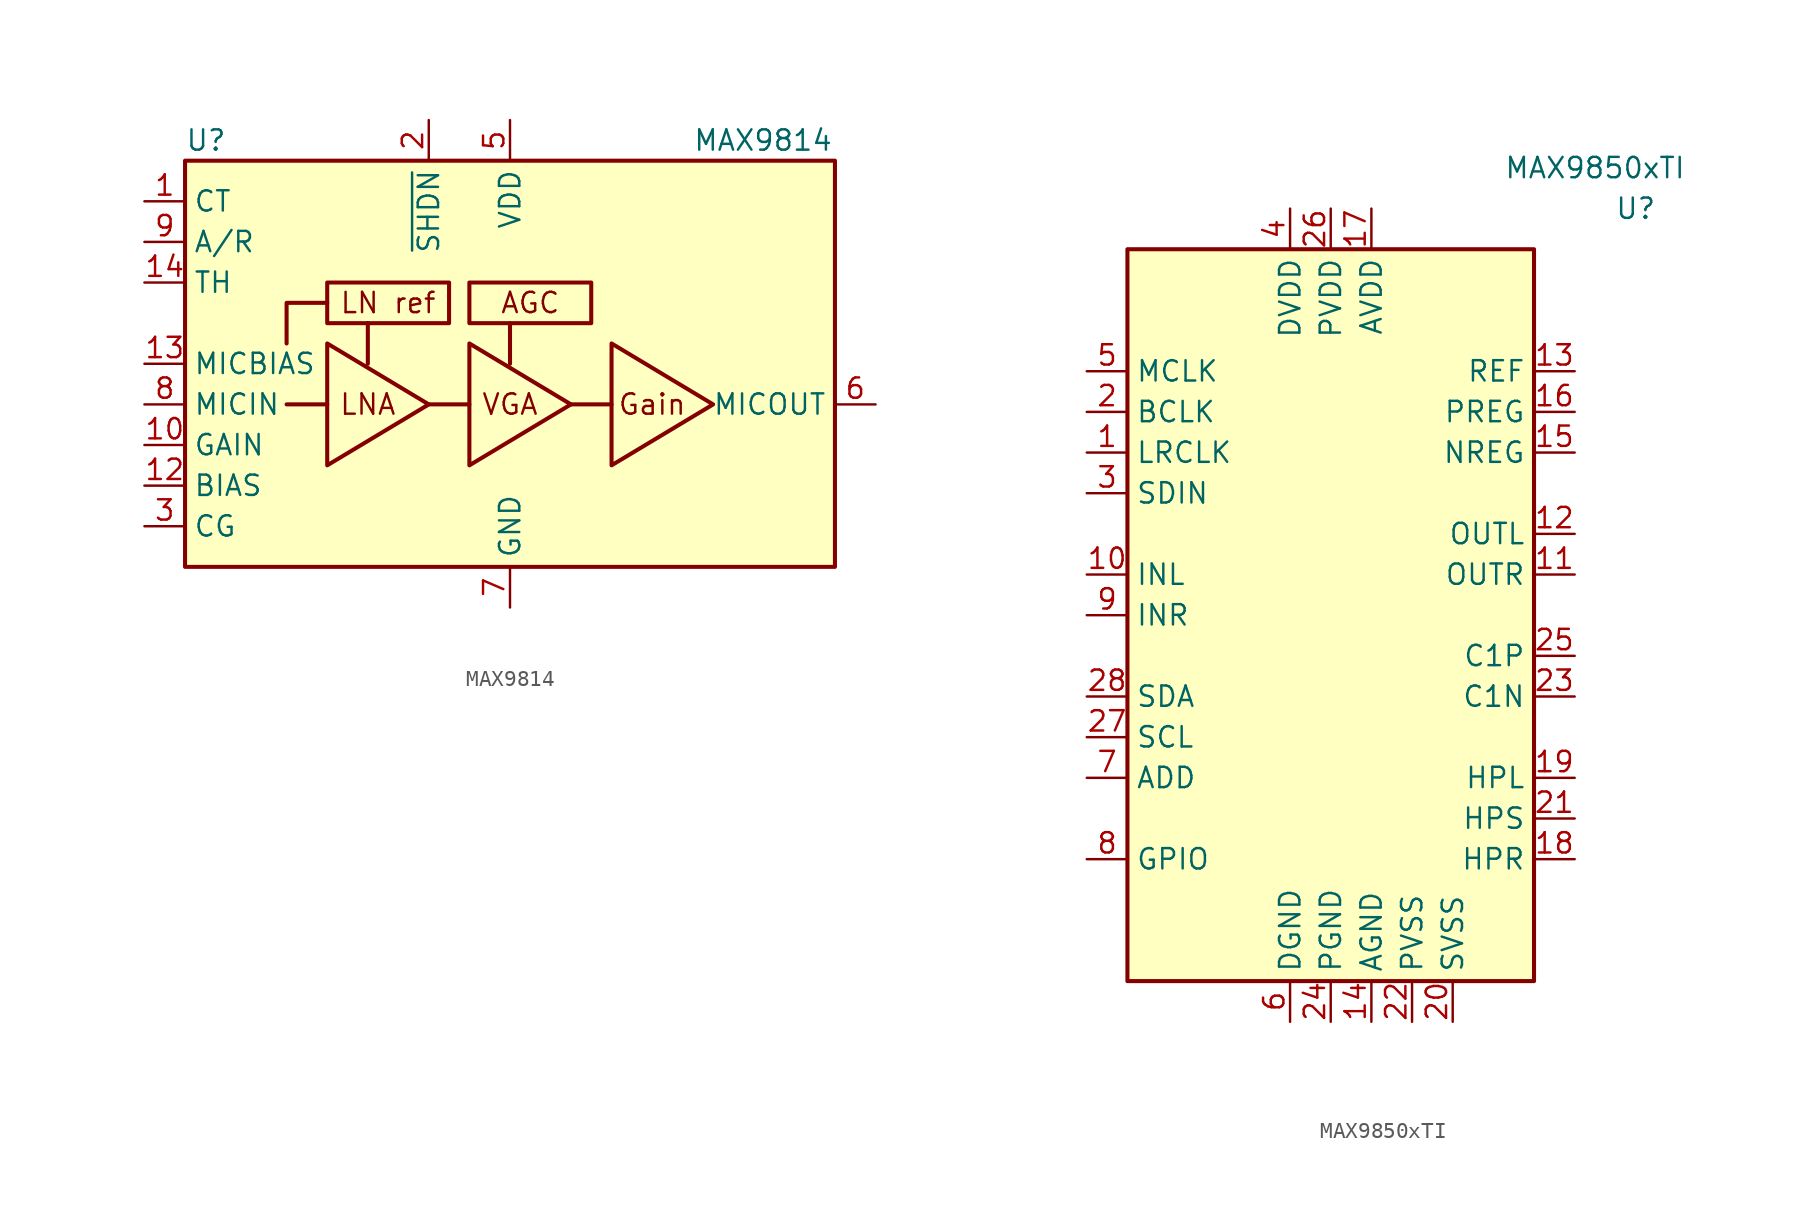
<source format=kicad_sym>
(kicad_symbol_lib
  (version 20211014)
  (generator kicad_symbol_editor)
  (symbol "MAX9814"
    (property "Reference" "U"
      (at -20.32 13.97 0)
      (effects (font (size 1.27 1.27)) (justify left)))
    (property "Value" "MAX9814"
      (at 11.43 13.97 0)
      (effects (font (size 1.27 1.27)) (justify left)))
    (symbol "MAX9814_0_0"
      (rectangle (start -11.43 5.08) (end -3.81 2.54) (stroke (width 0.254) (type default) (color 0 0 0 0)) (fill (type none)))
      (rectangle (start -2.54 5.08) (end 5.08 2.54) (stroke (width 0.254) (type default) (color 0 0 0 0)) (fill (type none)))
      (polyline (pts (xy -11.43 -2.54) (xy -13.97 -2.54)) (stroke (width 0.254) (type default) (color 0 0 0 0)) (fill (type none)))
      (polyline (pts (xy -8.89 2.54) (xy -8.89 0)) (stroke (width 0.254) (type default) (color 0 0 0 0)) (fill (type none)))
      (polyline (pts (xy -2.54 -2.54) (xy -5.08 -2.54)) (stroke (width 0.254) (type default) (color 0 0 0 0)) (fill (type none)))
      (polyline (pts (xy 0 2.54) (xy 0 0)) (stroke (width 0.254) (type default) (color 0 0 0 0)) (fill (type none)))
      (polyline (pts (xy 3.81 -2.54) (xy 6.35 -2.54)) (stroke (width 0.254) (type default) (color 0 0 0 0)) (fill (type none)))
      (polyline (pts (xy -11.43 3.81) (xy -13.97 3.81) (xy -13.97 1.27)) (stroke (width 0.254) (type default) (color 0 0 0 0)) (fill (type none)))
      (polyline (pts (xy -5.08 -2.54) (xy -11.43 1.27) (xy -11.43 -6.35) (xy -5.08 -2.54)) (stroke (width 0.254) (type default) (color 0 0 0 0)) (fill (type none)))
      (polyline (pts (xy 3.81 -2.54) (xy -2.54 1.27) (xy -2.54 -6.35) (xy 3.81 -2.54)) (stroke (width 0.254) (type default) (color 0 0 0 0)) (fill (type none)))
      (polyline (pts (xy 12.7 -2.54) (xy 6.35 1.27) (xy 6.35 -6.35) (xy 12.7 -2.54)) (stroke (width 0.254) (type default) (color 0 0 0 0)) (fill (type none)))
      (text "AGC" (at 1.27 3.81 0) (effects (font (size 1.27 1.27))))
      (text "Gain" (at 8.89 -2.54 0) (effects (font (size 1.27 1.27))))
      (text "LN ref" (at -7.62 3.81 0) (effects (font (size 1.27 1.27))))
      (text "LNA" (at -8.89 -2.54 0) (effects (font (size 1.27 1.27))))
      (text "VGA" (at 0 -2.54 0) (effects (font (size 1.27 1.27)))))
    (symbol "MAX9814_0_1"
      (rectangle (start -20.32 12.7) (end 20.32 -12.7) (stroke (width 0.254) (type default) (color 0 0 0 0)) (fill (type background))))
    (symbol "MAX9814_1_1"
      (pin input line (at -22.86 10.16 0) (length 2.54) (name "CT" (effects (font (size 1.27 1.27)))) (number "1" (effects (font (size 1.27 1.27)))))
      (pin input line (at -22.86 -5.08 0) (length 2.54) (name "GAIN" (effects (font (size 1.27 1.27)))) (number "10" (effects (font (size 1.27 1.27)))))
      (pin passive line (at 0 -15.24 90) (length 2.54) hide (name "GND" (effects (font (size 1.27 1.27)))) (number "11" (effects (font (size 1.27 1.27)))))
      (pin passive line (at -22.86 -7.62 0) (length 2.54) (name "BIAS" (effects (font (size 1.27 1.27)))) (number "12" (effects (font (size 1.27 1.27)))))
      (pin output line (at -22.86 0 0) (length 2.54) (name "MICBIAS" (effects (font (size 1.27 1.27)))) (number "13" (effects (font (size 1.27 1.27)))))
      (pin input line (at -22.86 5.08 0) (length 2.54) (name "TH" (effects (font (size 1.27 1.27)))) (number "14" (effects (font (size 1.27 1.27)))))
      (pin passive line (at 0 -15.24 90) (length 2.54) hide (name "GND" (effects (font (size 1.27 1.27)))) (number "15" (effects (font (size 1.27 1.27)))))
      (pin input line (at -5.08 15.24 270) (length 2.54) (name "~{SHDN}" (effects (font (size 1.27 1.27)))) (number "2" (effects (font (size 1.27 1.27)))))
      (pin passive line (at -22.86 -10.16 0) (length 2.54) (name "CG" (effects (font (size 1.27 1.27)))) (number "3" (effects (font (size 1.27 1.27)))))
      (pin passive line (at 0 -15.24 90) (length 2.54) hide (name "GND" (effects (font (size 1.27 1.27)))) (number "4" (effects (font (size 1.27 1.27)))))
      (pin power_in line (at 0 15.24 270) (length 2.54) (name "VDD" (effects (font (size 1.27 1.27)))) (number "5" (effects (font (size 1.27 1.27)))))
      (pin output line (at 22.86 -2.54 180) (length 2.54) (name "MICOUT" (effects (font (size 1.27 1.27)))) (number "6" (effects (font (size 1.27 1.27)))))
      (pin power_in line (at 0 -15.24 90) (length 2.54) (name "GND" (effects (font (size 1.27 1.27)))) (number "7" (effects (font (size 1.27 1.27)))))
      (pin input line (at -22.86 -2.54 0) (length 2.54) (name "MICIN" (effects (font (size 1.27 1.27)))) (number "8" (effects (font (size 1.27 1.27)))))
      (pin input line (at -22.86 7.62 0) (length 2.54) (name "A/R" (effects (font (size 1.27 1.27)))) (number "9" (effects (font (size 1.27 1.27)))))))
  (symbol "MAX9850xTI"
    (property "Reference" "U"
      (at 19.05 25.4 0)
      (effects (font (size 1.27 1.27))))
    (property "Value" "MAX9850xTI"
      (at 16.51 27.94 0)
      (effects (font (size 1.27 1.27))))
    (symbol "MAX9850xTI_0_1"
      (rectangle (start -12.7 22.86) (end 12.7 -22.86) (stroke (width 0.254) (type default) (color 0 0 0 0)) (fill (type background))))
    (symbol "MAX9850xTI_1_1"
      (pin bidirectional line (at -15.24 10.16 0) (length 2.54) (name "LRCLK" (effects (font (size 1.27 1.27)))) (number "1" (effects (font (size 1.27 1.27)))))
      (pin input line (at -15.24 2.54 0) (length 2.54) (name "INL" (effects (font (size 1.27 1.27)))) (number "10" (effects (font (size 1.27 1.27)))))
      (pin output line (at 15.24 2.54 180) (length 2.54) (name "OUTR" (effects (font (size 1.27 1.27)))) (number "11" (effects (font (size 1.27 1.27)))))
      (pin output line (at 15.24 5.08 180) (length 2.54) (name "OUTL" (effects (font (size 1.27 1.27)))) (number "12" (effects (font (size 1.27 1.27)))))
      (pin power_out line (at 15.24 15.24 180) (length 2.54) (name "REF" (effects (font (size 1.27 1.27)))) (number "13" (effects (font (size 1.27 1.27)))))
      (pin power_in line (at 2.54 -25.4 90) (length 2.54) (name "AGND" (effects (font (size 1.27 1.27)))) (number "14" (effects (font (size 1.27 1.27)))))
      (pin power_out line (at 15.24 10.16 180) (length 2.54) (name "NREG" (effects (font (size 1.27 1.27)))) (number "15" (effects (font (size 1.27 1.27)))))
      (pin power_out line (at 15.24 12.7 180) (length 2.54) (name "PREG" (effects (font (size 1.27 1.27)))) (number "16" (effects (font (size 1.27 1.27)))))
      (pin power_in line (at 2.54 25.4 270) (length 2.54) (name "AVDD" (effects (font (size 1.27 1.27)))) (number "17" (effects (font (size 1.27 1.27)))))
      (pin output line (at 15.24 -15.24 180) (length 2.54) (name "HPR" (effects (font (size 1.27 1.27)))) (number "18" (effects (font (size 1.27 1.27)))))
      (pin output line (at 15.24 -10.16 180) (length 2.54) (name "HPL" (effects (font (size 1.27 1.27)))) (number "19" (effects (font (size 1.27 1.27)))))
      (pin bidirectional line (at -15.24 12.7 0) (length 2.54) (name "BCLK" (effects (font (size 1.27 1.27)))) (number "2" (effects (font (size 1.27 1.27)))))
      (pin power_in line (at 7.62 -25.4 90) (length 2.54) (name "SVSS" (effects (font (size 1.27 1.27)))) (number "20" (effects (font (size 1.27 1.27)))))
      (pin input line (at 15.24 -12.7 180) (length 2.54) (name "HPS" (effects (font (size 1.27 1.27)))) (number "21" (effects (font (size 1.27 1.27)))))
      (pin power_in line (at 5.08 -25.4 90) (length 2.54) (name "PVSS" (effects (font (size 1.27 1.27)))) (number "22" (effects (font (size 1.27 1.27)))))
      (pin passive line (at 15.24 -5.08 180) (length 2.54) (name "C1N" (effects (font (size 1.27 1.27)))) (number "23" (effects (font (size 1.27 1.27)))))
      (pin power_in line (at 0 -25.4 90) (length 2.54) (name "PGND" (effects (font (size 1.27 1.27)))) (number "24" (effects (font (size 1.27 1.27)))))
      (pin passive line (at 15.24 -2.54 180) (length 2.54) (name "C1P" (effects (font (size 1.27 1.27)))) (number "25" (effects (font (size 1.27 1.27)))))
      (pin power_in line (at 0 25.4 270) (length 2.54) (name "PVDD" (effects (font (size 1.27 1.27)))) (number "26" (effects (font (size 1.27 1.27)))))
      (pin bidirectional line (at -15.24 -7.62 0) (length 2.54) (name "SCL" (effects (font (size 1.27 1.27)))) (number "27" (effects (font (size 1.27 1.27)))))
      (pin bidirectional line (at -15.24 -5.08 0) (length 2.54) (name "SDA" (effects (font (size 1.27 1.27)))) (number "28" (effects (font (size 1.27 1.27)))))
      (pin passive line (at 2.54 -25.4 90) (length 2.54) hide (name "AGND" (effects (font (size 1.27 1.27)))) (number "29" (effects (font (size 1.27 1.27)))))
      (pin input line (at -15.24 7.62 0) (length 2.54) (name "SDIN" (effects (font (size 1.27 1.27)))) (number "3" (effects (font (size 1.27 1.27)))))
      (pin power_in line (at -2.54 25.4 270) (length 2.54) (name "DVDD" (effects (font (size 1.27 1.27)))) (number "4" (effects (font (size 1.27 1.27)))))
      (pin input line (at -15.24 15.24 0) (length 2.54) (name "MCLK" (effects (font (size 1.27 1.27)))) (number "5" (effects (font (size 1.27 1.27)))))
      (pin power_in line (at -2.54 -25.4 90) (length 2.54) (name "DGND" (effects (font (size 1.27 1.27)))) (number "6" (effects (font (size 1.27 1.27)))))
      (pin input line (at -15.24 -10.16 0) (length 2.54) (name "ADD" (effects (font (size 1.27 1.27)))) (number "7" (effects (font (size 1.27 1.27)))))
      (pin bidirectional line (at -15.24 -15.24 0) (length 2.54) (name "GPIO" (effects (font (size 1.27 1.27)))) (number "8" (effects (font (size 1.27 1.27)))))
      (pin input line (at -15.24 0 0) (length 2.54) (name "INR" (effects (font (size 1.27 1.27)))) (number "9" (effects (font (size 1.27 1.27))))))))
</source>
